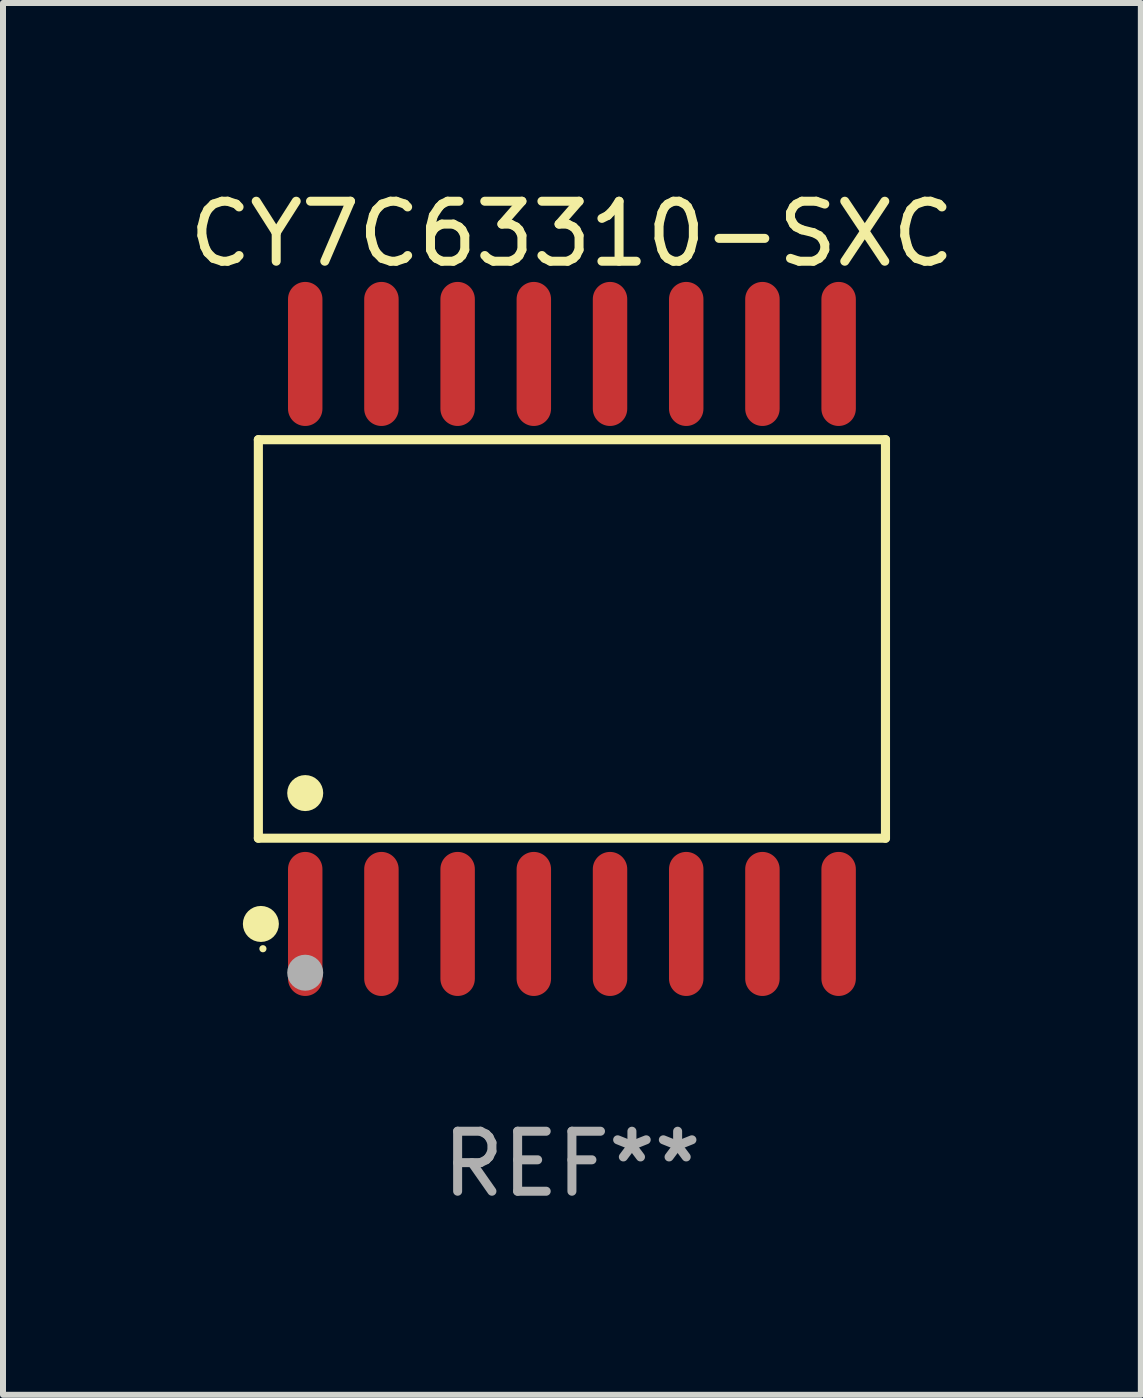
<source format=kicad_pcb>
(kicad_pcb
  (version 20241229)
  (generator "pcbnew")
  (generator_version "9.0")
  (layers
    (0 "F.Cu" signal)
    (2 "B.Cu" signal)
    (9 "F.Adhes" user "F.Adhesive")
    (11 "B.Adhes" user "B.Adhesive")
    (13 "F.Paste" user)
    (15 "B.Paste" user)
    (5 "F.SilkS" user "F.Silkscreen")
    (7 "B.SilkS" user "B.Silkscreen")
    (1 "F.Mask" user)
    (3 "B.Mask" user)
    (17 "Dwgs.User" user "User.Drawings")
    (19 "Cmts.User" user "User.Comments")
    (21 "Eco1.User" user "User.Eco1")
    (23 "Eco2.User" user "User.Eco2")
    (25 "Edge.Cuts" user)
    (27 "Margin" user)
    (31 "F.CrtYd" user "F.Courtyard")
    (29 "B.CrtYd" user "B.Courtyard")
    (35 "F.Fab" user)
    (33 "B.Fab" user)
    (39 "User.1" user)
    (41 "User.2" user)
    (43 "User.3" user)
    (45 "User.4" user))
  (footprint "CY7C63310-SXC"
    (layer "F.Cu")
    (at 6.482 7.599)
    (property "Reference" "CY7C63310-SXC" (at 0 -6.75 0) (layer "F.SilkS") (effects (font (size 1 1) (thickness 0.15))))
    (attr through_hole)
    (fp_line (start -5.226 -3.321) (end 5.226 -3.321) (stroke (width 0.152) (type solid)) (layer "F.SilkS"))
    (fp_line (start -5.226 3.321) (end -5.226 -3.321) (stroke (width 0.152) (type solid)) (layer "F.SilkS"))
    (fp_line (start 5.226 -3.321) (end 5.226 3.321) (stroke (width 0.152) (type solid)) (layer "F.SilkS"))
    (fp_line (start 5.226 3.321) (end -5.226 3.321) (stroke (width 0.152) (type solid)) (layer "F.SilkS"))
    (fp_circle (center -5.184 4.75) (end -5.034 4.75) (stroke (width 0.3) (type solid)) (fill no) (layer "F.SilkS"))
    (fp_circle (center -5.15 5.163) (end -5.12 5.163) (stroke (width 0.06) (type solid)) (fill no) (layer "F.SilkS"))
    (fp_circle (center -4.445 2.569) (end -4.295 2.569) (stroke (width 0.3) (type solid)) (fill no) (layer "F.SilkS"))
    (fp_circle (center -4.445 5.563) (end -4.295 5.563) (stroke (width 0.3) (type solid)) (fill no) (layer "F.Fab"))
    (fp_text user "REF**" (at 0 8.75 0) (layer "F.Fab") (effects (font (size 1 1) (thickness 0.15))))
    (pad "1" smd oval (at -4.445 4.75) (size 0.574 2.401) (layers "F.Cu" "F.Mask" "F.Paste"))
    (pad "2" smd oval (at -3.175 4.75) (size 0.574 2.401) (layers "F.Cu" "F.Mask" "F.Paste"))
    (pad "3" smd oval (at -1.905 4.75) (size 0.574 2.401) (layers "F.Cu" "F.Mask" "F.Paste"))
    (pad "4" smd oval (at -0.635 4.75) (size 0.574 2.401) (layers "F.Cu" "F.Mask" "F.Paste"))
    (pad "5" smd oval (at 0.635 4.75) (size 0.574 2.401) (layers "F.Cu" "F.Mask" "F.Paste"))
    (pad "6" smd oval (at 1.905 4.75) (size 0.574 2.401) (layers "F.Cu" "F.Mask" "F.Paste"))
    (pad "7" smd oval (at 3.175 4.75) (size 0.574 2.401) (layers "F.Cu" "F.Mask" "F.Paste"))
    (pad "8" smd oval (at 4.445 4.75) (size 0.574 2.401) (layers "F.Cu" "F.Mask" "F.Paste"))
    (pad "9" smd oval (at 4.445 -4.75) (size 0.574 2.401) (layers "F.Cu" "F.Mask" "F.Paste"))
    (pad "10" smd oval (at 3.175 -4.75) (size 0.574 2.401) (layers "F.Cu" "F.Mask" "F.Paste"))
    (pad "11" smd oval (at 1.905 -4.75) (size 0.574 2.401) (layers "F.Cu" "F.Mask" "F.Paste"))
    (pad "12" smd oval (at 0.635 -4.75) (size 0.574 2.401) (layers "F.Cu" "F.Mask" "F.Paste"))
    (pad "13" smd oval (at -0.635 -4.75) (size 0.574 2.401) (layers "F.Cu" "F.Mask" "F.Paste"))
    (pad "14" smd oval (at -1.905 -4.75) (size 0.574 2.401) (layers "F.Cu" "F.Mask" "F.Paste"))
    (pad "15" smd oval (at -3.175 -4.75) (size 0.574 2.401) (layers "F.Cu" "F.Mask" "F.Paste"))
    (pad "16" smd oval (at -4.445 -4.75) (size 0.574 2.401) (layers "F.Cu" "F.Mask" "F.Paste")))
  (gr_rect
    (start -3 -3)
    (end 15.964 20.197)
    (stroke (width 0.1) (type default))
    (fill no)
    (layer "Edge.Cuts")))
</source>
